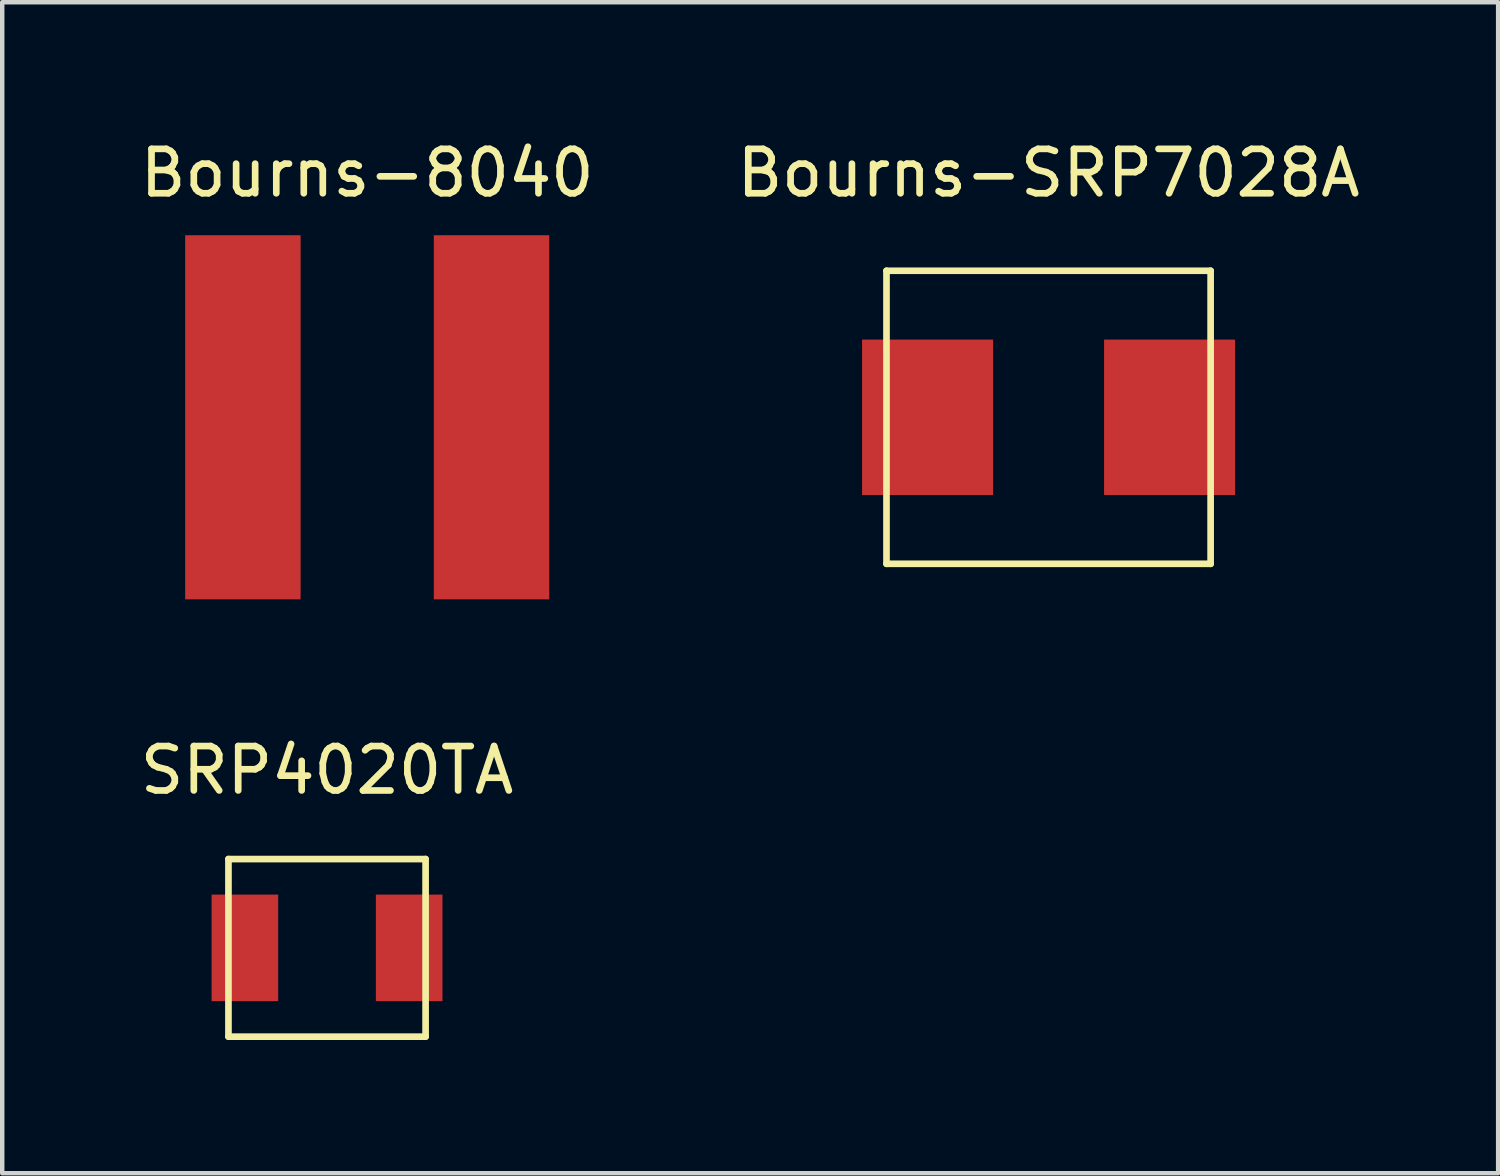
<source format=kicad_pcb>
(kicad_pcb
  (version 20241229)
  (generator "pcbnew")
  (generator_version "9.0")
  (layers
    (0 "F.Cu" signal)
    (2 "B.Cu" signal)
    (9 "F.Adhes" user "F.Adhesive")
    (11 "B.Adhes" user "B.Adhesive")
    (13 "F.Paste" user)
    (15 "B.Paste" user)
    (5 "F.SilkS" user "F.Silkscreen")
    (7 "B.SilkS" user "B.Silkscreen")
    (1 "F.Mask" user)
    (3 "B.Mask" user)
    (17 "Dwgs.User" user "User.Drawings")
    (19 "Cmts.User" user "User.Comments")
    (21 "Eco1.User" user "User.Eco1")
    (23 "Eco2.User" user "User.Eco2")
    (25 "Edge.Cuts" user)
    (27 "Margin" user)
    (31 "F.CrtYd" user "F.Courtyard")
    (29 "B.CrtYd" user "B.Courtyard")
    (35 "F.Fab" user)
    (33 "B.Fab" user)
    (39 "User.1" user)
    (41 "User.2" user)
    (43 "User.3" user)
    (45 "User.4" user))
  (footprint "Bourns-8040"
    (layer "F.Cu")
    (at 5.22 6.348)
    (property "Reference" "Bourns-8040" (at 0 -5.5 0) (layer "F.SilkS") (effects (font (size 1 1) (thickness 0.15))))
    (attr through_hole)
    (pad "1" smd rect (at 2.8 0) (size 2.6 8.2) (layers "F.Cu" "F.Mask" "F.Paste"))
    (pad "2" smd rect (at -2.8 0) (size 2.6 8.2) (layers "F.Cu" "F.Mask" "F.Paste")))
  (footprint "Bourns-SRP7028A"
    (layer "F.Cu")
    (at 20.565 6.348)
    (property "Reference" "Bourns-SRP7028A" (at 0 -5.5 0) (layer "F.SilkS") (effects (font (size 1 1) (thickness 0.15))))
    (attr through_hole)
    (fp_line (start -3.65 -3.3) (end 3.65 -3.3) (stroke (width 0.15) (type solid)) (layer "F.SilkS"))
    (fp_line (start -3.65 3.3) (end -3.65 -3.3) (stroke (width 0.15) (type solid)) (layer "F.SilkS"))
    (fp_line (start 3.65 -3.3) (end 3.65 3.3) (stroke (width 0.15) (type solid)) (layer "F.SilkS"))
    (fp_line (start 3.65 3.3) (end -3.65 3.3) (stroke (width 0.15) (type solid)) (layer "F.SilkS"))
    (pad "1" smd rect (at 2.725 0) (size 2.95 3.5) (layers "F.Cu" "F.Mask" "F.Paste"))
    (pad "2" smd rect (at -2.725 0) (size 2.95 3.5) (layers "F.Cu" "F.Mask" "F.Paste")))
  (footprint "SRP4020TA"
    (layer "F.Cu")
    (at 4.315 18.297)
    (property "Reference" "SRP4020TA" (at 0 -4 0) (layer "F.SilkS") (effects (font (size 1 1) (thickness 0.15))))
    (attr through_hole)
    (fp_line (start -2.22 -2) (end -2.22 2) (stroke (width 0.15) (type solid)) (layer "F.SilkS"))
    (fp_line (start -2.22 2) (end 2.22 2) (stroke (width 0.15) (type solid)) (layer "F.SilkS"))
    (fp_line (start 2.22 -2) (end -2.22 -2) (stroke (width 0.15) (type solid)) (layer "F.SilkS"))
    (fp_line (start 2.22 2) (end 2.22 -2) (stroke (width 0.15) (type solid)) (layer "F.SilkS"))
    (pad "1" smd rect (at 1.85 0) (size 1.5 2.4) (layers "F.Cu" "F.Mask" "F.Paste"))
    (pad "2" smd rect (at -1.85 0) (size 1.5 2.4) (layers "F.Cu" "F.Mask" "F.Paste")))
  (gr_rect
    (start -3 -3)
    (end 30.69 23.372)
    (stroke (width 0.1) (type default))
    (fill no)
    (layer "Edge.Cuts")))
</source>
